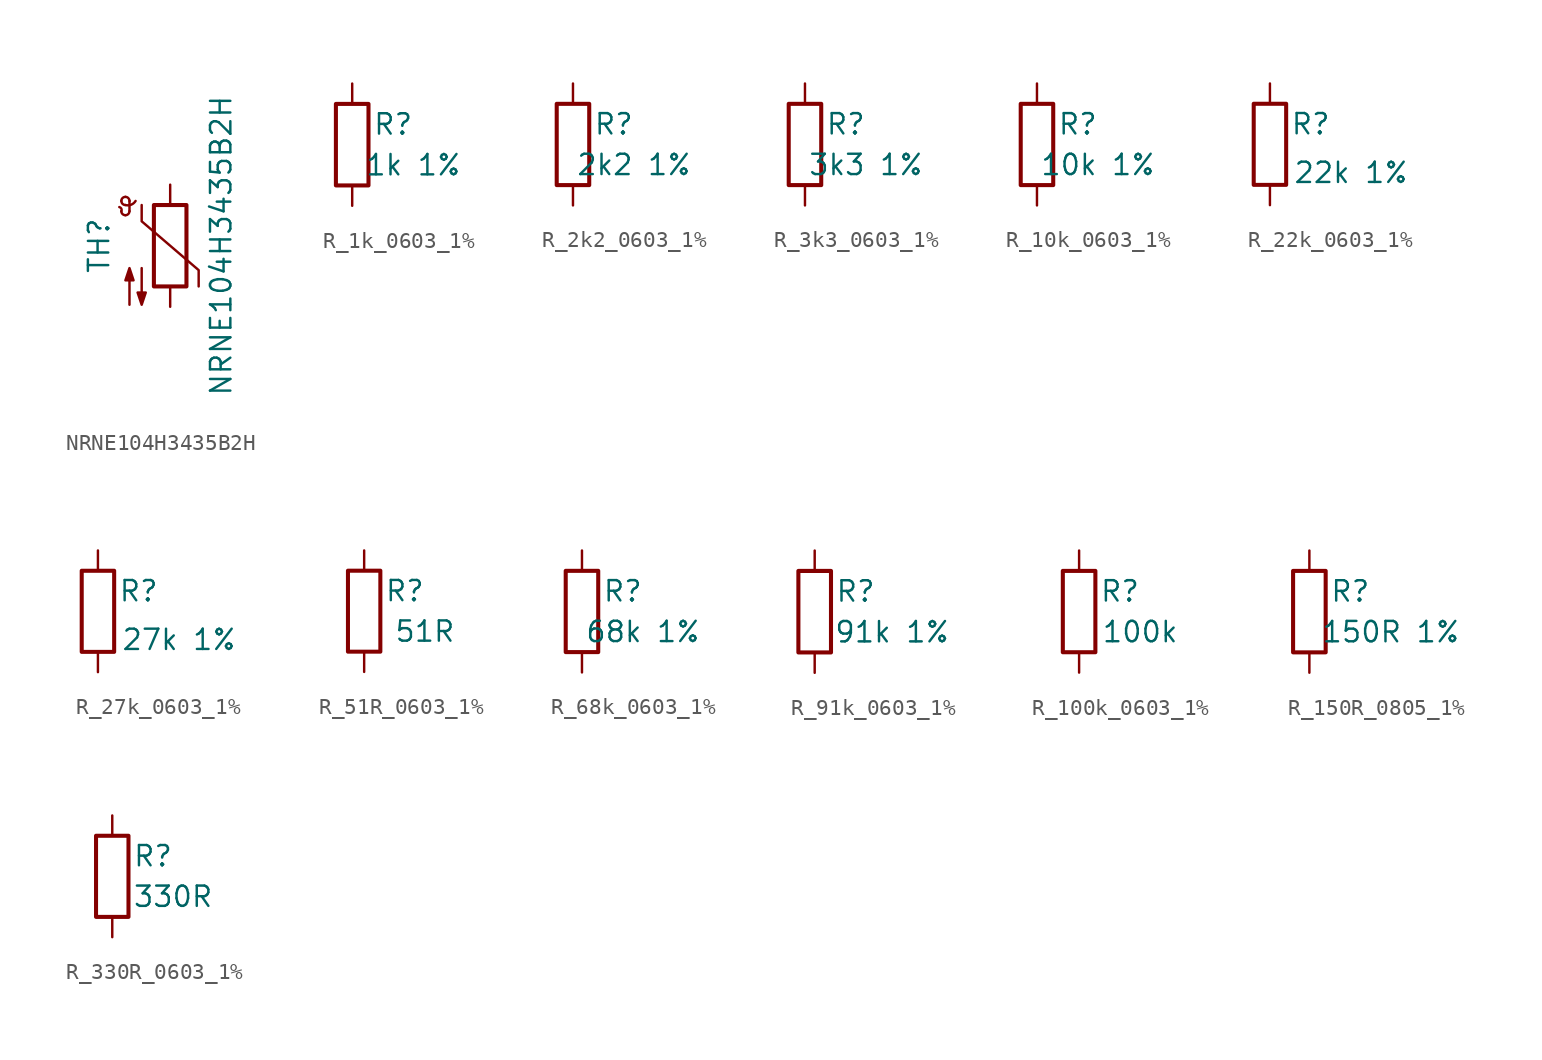
<source format=kicad_sym>
(kicad_symbol_lib
  (version 20231120)
  (generator "kicad_symbol_editor")
  (generator_version "8.0")
  (symbol "NRNE104H3435B2H"
    (pin_numbers hide)
    (pin_names
      (offset 0))
    (property "Reference" "TH"
      (at -4.445 0 90)
      (effects (font (size 1.27 1.27))))
    (property "Value" "NRNE104H3435B2H"
      (at 3.175 0 90)
      (effects (font (size 1.27 1.27))))
    (symbol "NRNE104H3435B2H_0_1"
      (arc (start -3.048 2.159) (mid -3.0495 2.3143) (end -3.175 2.413) (stroke (width 0) (type default)) (fill (type none)))
      (arc (start -3.048 2.159) (mid -2.9736 1.9794) (end -2.794 1.905) (stroke (width 0) (type default)) (fill (type none)))
      (arc (start -3.048 2.794) (mid -2.9736 2.6144) (end -2.794 2.54) (stroke (width 0) (type default)) (fill (type none)))
      (arc (start -2.794 1.905) (mid -2.6144 1.9794) (end -2.54 2.159) (stroke (width 0) (type default)) (fill (type none)))
      (arc (start -2.794 2.54) (mid -2.4393 2.5587) (end -2.159 2.794) (stroke (width 0) (type default)) (fill (type none)))
      (arc (start -2.794 3.048) (mid -2.9736 2.9736) (end -3.048 2.794) (stroke (width 0) (type default)) (fill (type none)))
      (arc (start -2.54 2.794) (mid -2.6144 2.9736) (end -2.794 3.048) (stroke (width 0) (type default)) (fill (type none)))
      (rectangle (start -1.016 2.54) (end 1.016 -2.54) (stroke (width 0.254) (type default)) (fill (type none)))
      (polyline (pts (xy -2.54 2.159) (xy -2.54 2.794)) (stroke (width 0) (type default)) (fill (type none)))
      (polyline (pts (xy -1.778 2.54) (xy -1.778 1.524) (xy 1.778 -1.524) (xy 1.778 -2.54)) (stroke (width 0) (type default)) (fill (type none)))
      (polyline (pts (xy -2.54 -3.683) (xy -2.54 -1.397) (xy -2.794 -2.159) (xy -2.286 -2.159) (xy -2.54 -1.397) (xy -2.54 -1.651)) (stroke (width 0) (type default)) (fill (type outline)))
      (polyline (pts (xy -1.778 -1.397) (xy -1.778 -3.683) (xy -2.032 -2.921) (xy -1.524 -2.921) (xy -1.778 -3.683) (xy -1.778 -3.429)) (stroke (width 0) (type default)) (fill (type outline))))
    (symbol "NRNE104H3435B2H_1_1"
      (pin passive line (at 0 3.81 270) (length 1.27) (name "~" (effects (font (size 1.27 1.27)))) (number "1" (effects (font (size 1.27 1.27)))))
      (pin passive line (at 0 -3.81 90) (length 1.27) (name "~" (effects (font (size 1.27 1.27)))) (number "2" (effects (font (size 1.27 1.27)))))))
  (symbol "R_1k_0603_1%"
    (pin_numbers hide)
    (pin_names
      (offset 0))
    (property "Reference" "R"
      (at 1.27 1.27 0)
      (effects (font (size 1.27 1.27)) (justify left)))
    (property "Value" "1k 1%"
      (at 3.81 -1.27 0)
      (effects (font (size 1.27 1.27))))
    (symbol "R_1k_0603_1%_0_1"
      (rectangle (start -1.016 -2.54) (end 1.016 2.54) (stroke (width 0.254) (type default)) (fill (type none))))
    (symbol "R_1k_0603_1%_1_1"
      (pin passive line (at 0 3.81 270) (length 1.27) (name "~" (effects (font (size 1.27 1.27)))) (number "1" (effects (font (size 1.27 1.27)))))
      (pin passive line (at 0 -3.81 90) (length 1.27) (name "~" (effects (font (size 1.27 1.27)))) (number "2" (effects (font (size 1.27 1.27)))))))
  (symbol "R_2k2_0603_1%"
    (pin_numbers hide)
    (pin_names
      (offset 0))
    (property "Reference" "R"
      (at 1.27 1.27 0)
      (effects (font (size 1.27 1.27)) (justify left)))
    (property "Value" "2k2 1%"
      (at 3.81 -1.27 0)
      (effects (font (size 1.27 1.27))))
    (symbol "R_2k2_0603_1%_0_1"
      (rectangle (start -1.016 -2.54) (end 1.016 2.54) (stroke (width 0.254) (type default)) (fill (type none))))
    (symbol "R_2k2_0603_1%_1_1"
      (pin passive line (at 0 3.81 270) (length 1.27) (name "~" (effects (font (size 1.27 1.27)))) (number "1" (effects (font (size 1.27 1.27)))))
      (pin passive line (at 0 -3.81 90) (length 1.27) (name "~" (effects (font (size 1.27 1.27)))) (number "2" (effects (font (size 1.27 1.27)))))))
  (symbol "R_3k3_0603_1%"
    (pin_numbers hide)
    (pin_names
      (offset 0))
    (property "Reference" "R"
      (at 1.27 1.27 0)
      (effects (font (size 1.27 1.27)) (justify left)))
    (property "Value" "3k3 1%"
      (at 3.81 -1.27 0)
      (effects (font (size 1.27 1.27))))
    (symbol "R_3k3_0603_1%_0_1"
      (rectangle (start -1.016 -2.54) (end 1.016 2.54) (stroke (width 0.254) (type default)) (fill (type none))))
    (symbol "R_3k3_0603_1%_1_1"
      (pin passive line (at 0 3.81 270) (length 1.27) (name "~" (effects (font (size 1.27 1.27)))) (number "1" (effects (font (size 1.27 1.27)))))
      (pin passive line (at 0 -3.81 90) (length 1.27) (name "~" (effects (font (size 1.27 1.27)))) (number "2" (effects (font (size 1.27 1.27)))))))
  (symbol "R_10k_0603_1%"
    (pin_numbers hide)
    (pin_names
      (offset 0))
    (property "Reference" "R"
      (at 1.27 1.27 0)
      (effects (font (size 1.27 1.27)) (justify left)))
    (property "Value" "10k 1%"
      (at 3.81 -1.27 0)
      (effects (font (size 1.27 1.27))))
    (symbol "R_10k_0603_1%_0_1"
      (rectangle (start -1.016 -2.54) (end 1.016 2.54) (stroke (width 0.254) (type default)) (fill (type none))))
    (symbol "R_10k_0603_1%_1_1"
      (pin passive line (at 0 3.81 270) (length 1.27) (name "~" (effects (font (size 1.27 1.27)))) (number "1" (effects (font (size 1.27 1.27)))))
      (pin passive line (at 0 -3.81 90) (length 1.27) (name "~" (effects (font (size 1.27 1.27)))) (number "2" (effects (font (size 1.27 1.27)))))))
  (symbol "R_22k_0603_1%"
    (pin_numbers hide)
    (pin_names
      (offset 0))
    (property "Reference" "R"
      (at 1.27 1.27 0)
      (effects (font (size 1.27 1.27)) (justify left)))
    (property "Value" "22k 1%"
      (at 5.08 -1.778 0)
      (effects (font (size 1.27 1.27))))
    (symbol "R_22k_0603_1%_0_1"
      (rectangle (start -1.016 -2.54) (end 1.016 2.54) (stroke (width 0.254) (type default)) (fill (type none))))
    (symbol "R_22k_0603_1%_1_1"
      (pin passive line (at 0 3.81 270) (length 1.27) (name "~" (effects (font (size 1.27 1.27)))) (number "1" (effects (font (size 1.27 1.27)))))
      (pin passive line (at 0 -3.81 90) (length 1.27) (name "~" (effects (font (size 1.27 1.27)))) (number "2" (effects (font (size 1.27 1.27)))))))
  (symbol "R_27k_0603_1%"
    (pin_numbers hide)
    (pin_names
      (offset 0))
    (property "Reference" "R"
      (at 1.27 1.27 0)
      (effects (font (size 1.27 1.27)) (justify left)))
    (property "Value" "27k 1%"
      (at 5.08 -1.778 0)
      (effects (font (size 1.27 1.27))))
    (symbol "R_27k_0603_1%_0_1"
      (rectangle (start -1.016 -2.54) (end 1.016 2.54) (stroke (width 0.254) (type default)) (fill (type none))))
    (symbol "R_27k_0603_1%_1_1"
      (pin passive line (at 0 3.81 270) (length 1.27) (name "~" (effects (font (size 1.27 1.27)))) (number "1" (effects (font (size 1.27 1.27)))))
      (pin passive line (at 0 -3.81 90) (length 1.27) (name "~" (effects (font (size 1.27 1.27)))) (number "2" (effects (font (size 1.27 1.27)))))))
  (symbol "R_51R_0603_1%"
    (pin_numbers hide)
    (pin_names
      (offset 0))
    (property "Reference" "R"
      (at 1.27 1.27 0)
      (effects (font (size 1.27 1.27)) (justify left)))
    (property "Value" "51R"
      (at 3.81 -1.27 0)
      (effects (font (size 1.27 1.27))))
    (symbol "R_51R_0603_1%_0_1"
      (rectangle (start -1.016 -2.54) (end 1.016 2.54) (stroke (width 0.254) (type default)) (fill (type none))))
    (symbol "R_51R_0603_1%_1_1"
      (pin passive line (at 0 3.81 270) (length 1.27) (name "~" (effects (font (size 1.27 1.27)))) (number "1" (effects (font (size 1.27 1.27)))))
      (pin passive line (at 0 -3.81 90) (length 1.27) (name "~" (effects (font (size 1.27 1.27)))) (number "2" (effects (font (size 1.27 1.27)))))))
  (symbol "R_68k_0603_1%"
    (pin_numbers hide)
    (pin_names
      (offset 0))
    (property "Reference" "R"
      (at 1.27 1.27 0)
      (effects (font (size 1.27 1.27)) (justify left)))
    (property "Value" "68k 1%"
      (at 3.81 -1.27 0)
      (effects (font (size 1.27 1.27))))
    (symbol "R_68k_0603_1%_0_1"
      (rectangle (start -1.016 -2.54) (end 1.016 2.54) (stroke (width 0.254) (type default)) (fill (type none))))
    (symbol "R_68k_0603_1%_1_1"
      (pin passive line (at 0 3.81 270) (length 1.27) (name "~" (effects (font (size 1.27 1.27)))) (number "1" (effects (font (size 1.27 1.27)))))
      (pin passive line (at 0 -3.81 90) (length 1.27) (name "~" (effects (font (size 1.27 1.27)))) (number "2" (effects (font (size 1.27 1.27)))))))
  (symbol "R_91k_0603_1%"
    (pin_numbers hide)
    (pin_names
      (offset 0))
    (property "Reference" "R"
      (at 1.27 1.27 0)
      (effects (font (size 1.27 1.27)) (justify left)))
    (property "Value" "91k 1%"
      (at 4.826 -1.27 0)
      (effects (font (size 1.27 1.27))))
    (symbol "R_91k_0603_1%_0_1"
      (rectangle (start -1.016 -2.54) (end 1.016 2.54) (stroke (width 0.254) (type default)) (fill (type none))))
    (symbol "R_91k_0603_1%_1_1"
      (pin passive line (at 0 3.81 270) (length 1.27) (name "~" (effects (font (size 1.27 1.27)))) (number "1" (effects (font (size 1.27 1.27)))))
      (pin passive line (at 0 -3.81 90) (length 1.27) (name "~" (effects (font (size 1.27 1.27)))) (number "2" (effects (font (size 1.27 1.27)))))))
  (symbol "R_100k_0603_1%"
    (pin_numbers hide)
    (pin_names
      (offset 0))
    (property "Reference" "R"
      (at 1.27 1.27 0)
      (effects (font (size 1.27 1.27)) (justify left)))
    (property "Value" "100k"
      (at 3.81 -1.27 0)
      (effects (font (size 1.27 1.27))))
    (symbol "R_100k_0603_1%_0_1"
      (rectangle (start -1.016 -2.54) (end 1.016 2.54) (stroke (width 0.254) (type default)) (fill (type none))))
    (symbol "R_100k_0603_1%_1_1"
      (pin passive line (at 0 3.81 270) (length 1.27) (name "~" (effects (font (size 1.27 1.27)))) (number "1" (effects (font (size 1.27 1.27)))))
      (pin passive line (at 0 -3.81 90) (length 1.27) (name "~" (effects (font (size 1.27 1.27)))) (number "2" (effects (font (size 1.27 1.27)))))))
  (symbol "R_150R_0805_1%"
    (pin_numbers hide)
    (pin_names
      (offset 0))
    (property "Reference" "R"
      (at 1.27 1.27 0)
      (effects (font (size 1.27 1.27)) (justify left)))
    (property "Value" "150R 1%"
      (at 5.08 -1.27 0)
      (effects (font (size 1.27 1.27))))
    (symbol "R_150R_0805_1%_0_1"
      (rectangle (start -1.016 -2.54) (end 1.016 2.54) (stroke (width 0.254) (type default)) (fill (type none))))
    (symbol "R_150R_0805_1%_1_1"
      (pin passive line (at 0 3.81 270) (length 1.27) (name "~" (effects (font (size 1.27 1.27)))) (number "1" (effects (font (size 1.27 1.27)))))
      (pin passive line (at 0 -3.81 90) (length 1.27) (name "~" (effects (font (size 1.27 1.27)))) (number "2" (effects (font (size 1.27 1.27)))))))
  (symbol "R_330R_0603_1%"
    (pin_numbers hide)
    (pin_names
      (offset 0))
    (property "Reference" "R"
      (at 1.27 1.27 0)
      (effects (font (size 1.27 1.27)) (justify left)))
    (property "Value" "330R"
      (at 3.81 -1.27 0)
      (effects (font (size 1.27 1.27))))
    (symbol "R_330R_0603_1%_0_1"
      (rectangle (start -1.016 -2.54) (end 1.016 2.54) (stroke (width 0.254) (type default)) (fill (type none))))
    (symbol "R_330R_0603_1%_1_1"
      (pin passive line (at 0 3.81 270) (length 1.27) (name "~" (effects (font (size 1.27 1.27)))) (number "1" (effects (font (size 1.27 1.27)))))
      (pin passive line (at 0 -3.81 90) (length 1.27) (name "~" (effects (font (size 1.27 1.27)))) (number "2" (effects (font (size 1.27 1.27))))))))
</source>
